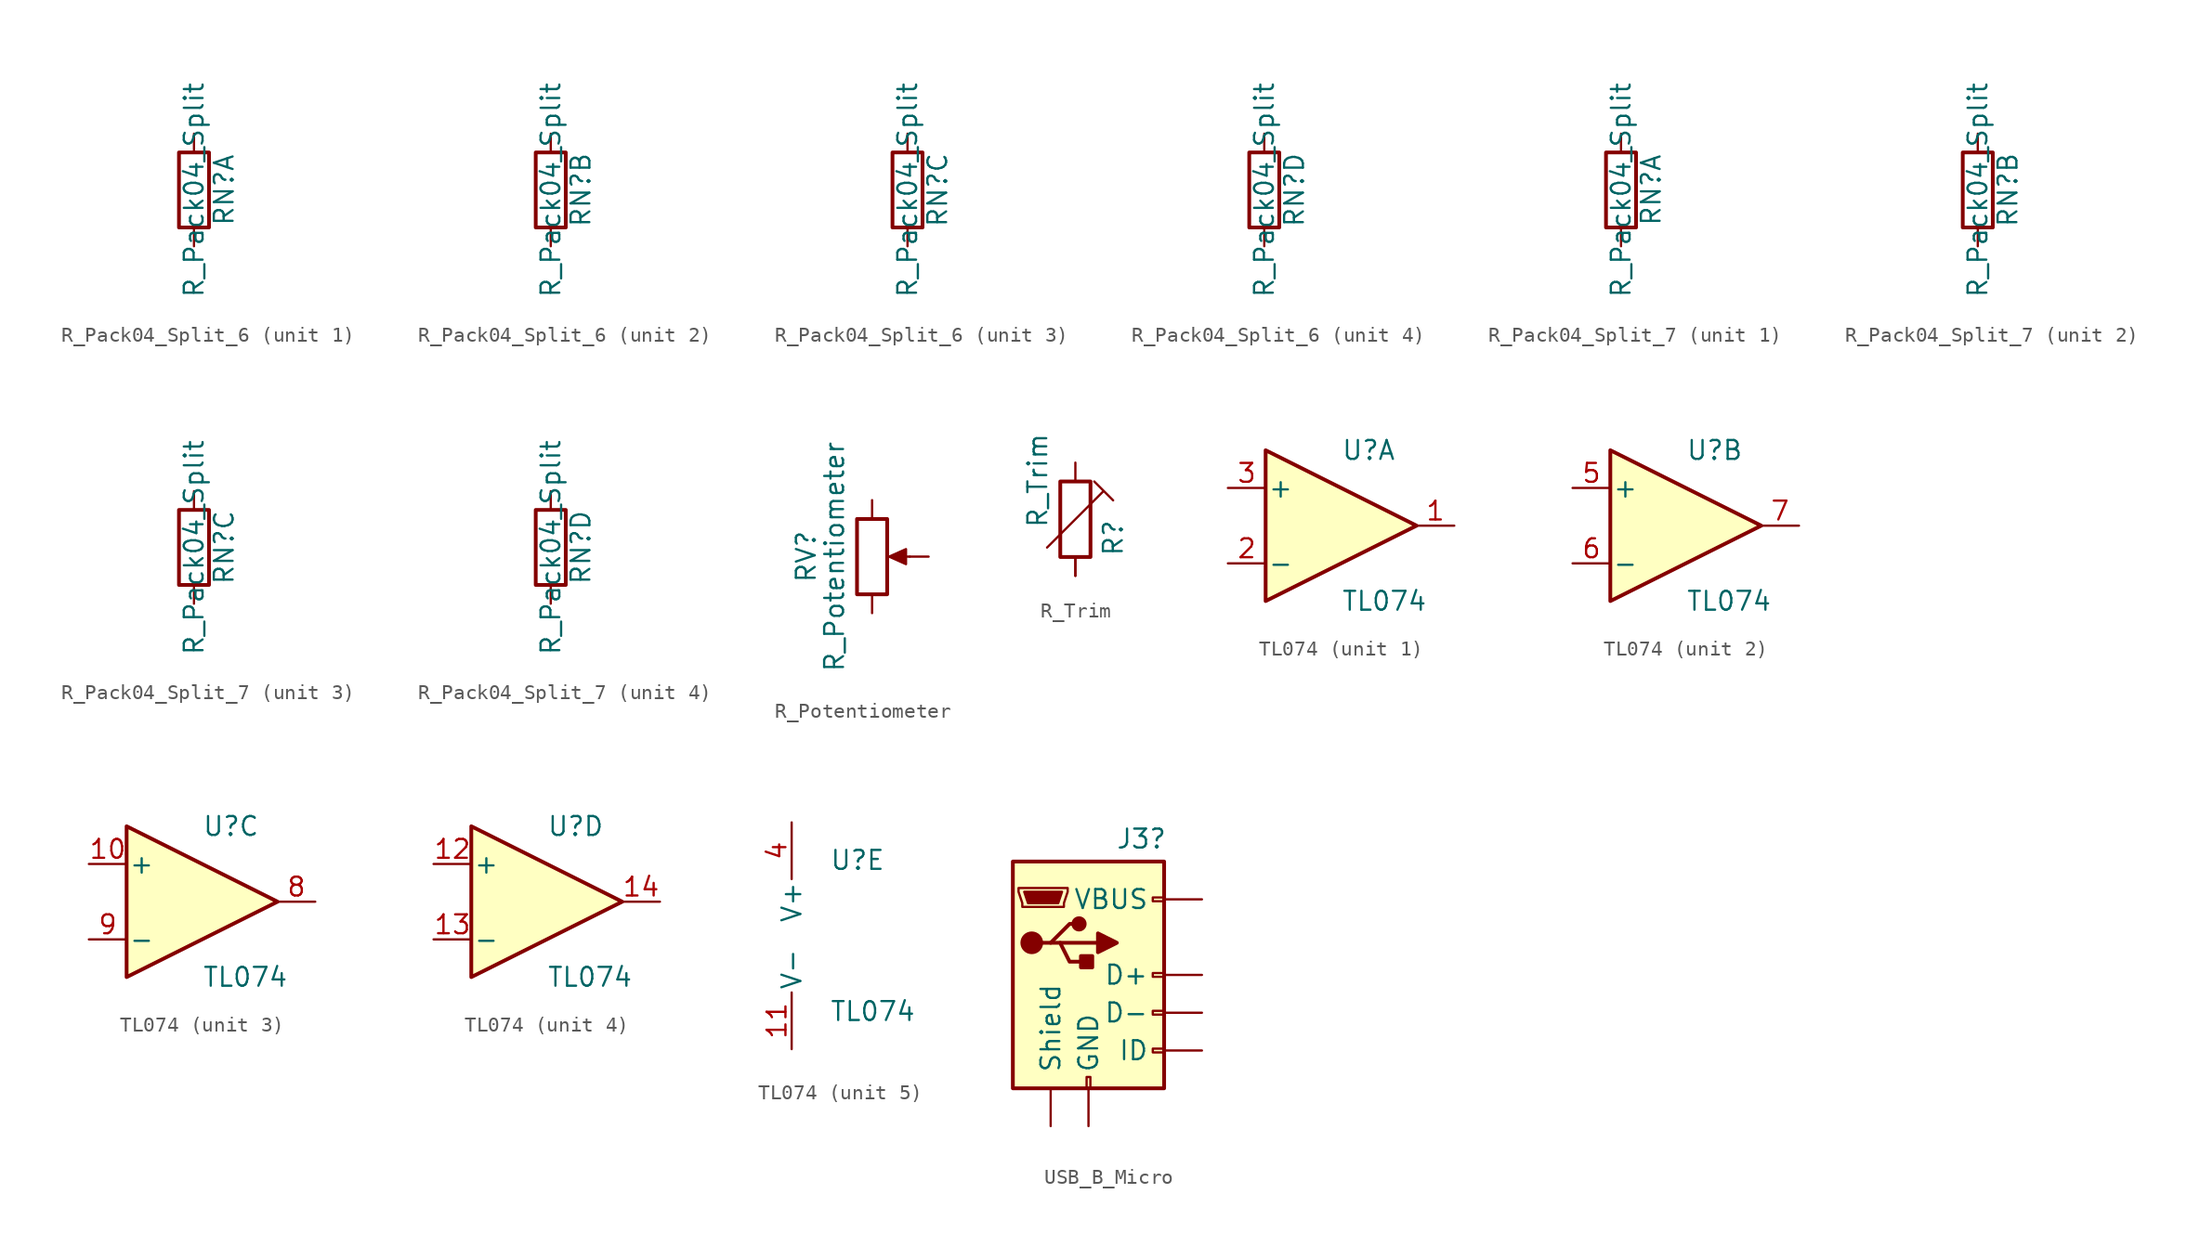
<source format=kicad_sym>
(kicad_symbol_lib
  (version 20241209)
  (generator "kicad_symbol_editor")
  (generator_version "9.0")
  (symbol "R_Pack04_Split_6"
    (pin_numbers
      (hide yes))
    (pin_names
      (offset 0)
      (hide yes))
    (property "Reference" "RN"
      (at 2.032 0 90)
      (effects (font (size 1.27 1.27))))
    (property "Value" "R_Pack04_Split"
      (at 0 0 90)
      (effects (font (size 1.27 1.27))))
    (symbol "R_Pack04_Split_6_0_1"
      (rectangle (start 1.016 2.54) (end -1.016 -2.54) (stroke (width 0.254) (type default)) (fill (type none))))
    (symbol "R_Pack04_Split_6_1_1"
      (pin passive line (at 0 3.81 270) (length 1.27) (name "R1.2" (effects (font (size 1.27 1.27)))) (number "8" (effects (font (size 1.27 1.27)))))
      (pin passive line (at 0 -3.81 90) (length 1.27) (name "R1.1" (effects (font (size 1.27 1.27)))) (number "1" (effects (font (size 1.27 1.27))))))
    (symbol "R_Pack04_Split_6_2_1"
      (pin passive line (at 0 3.81 270) (length 1.27) (name "R2.2" (effects (font (size 1.27 1.27)))) (number "7" (effects (font (size 1.27 1.27)))))
      (pin passive line (at 0 -3.81 90) (length 1.27) (name "R2.1" (effects (font (size 1.27 1.27)))) (number "2" (effects (font (size 1.27 1.27))))))
    (symbol "R_Pack04_Split_6_3_1"
      (pin passive line (at 0 3.81 270) (length 1.27) (name "R3.2" (effects (font (size 1.27 1.27)))) (number "6" (effects (font (size 1.27 1.27)))))
      (pin passive line (at 0 -3.81 90) (length 1.27) (name "R3.1" (effects (font (size 1.27 1.27)))) (number "3" (effects (font (size 1.27 1.27))))))
    (symbol "R_Pack04_Split_6_4_1"
      (pin passive line (at 0 3.81 270) (length 1.27) (name "R4.2" (effects (font (size 1.27 1.27)))) (number "5" (effects (font (size 1.27 1.27)))))
      (pin passive line (at 0 -3.81 90) (length 1.27) (name "R4.1" (effects (font (size 1.27 1.27)))) (number "4" (effects (font (size 1.27 1.27)))))))
  (symbol "R_Pack04_Split_7"
    (pin_numbers
      (hide yes))
    (pin_names
      (offset 0)
      (hide yes))
    (property "Reference" "RN"
      (at 2.032 0 90)
      (effects (font (size 1.27 1.27))))
    (property "Value" "R_Pack04_Split"
      (at 0 0 90)
      (effects (font (size 1.27 1.27))))
    (symbol "R_Pack04_Split_7_0_1"
      (rectangle (start 1.016 2.54) (end -1.016 -2.54) (stroke (width 0.254) (type default)) (fill (type none))))
    (symbol "R_Pack04_Split_7_1_1"
      (pin passive line (at 0 3.81 270) (length 1.27) (name "R1.2" (effects (font (size 1.27 1.27)))) (number "8" (effects (font (size 1.27 1.27)))))
      (pin passive line (at 0 -3.81 90) (length 1.27) (name "R1.1" (effects (font (size 1.27 1.27)))) (number "1" (effects (font (size 1.27 1.27))))))
    (symbol "R_Pack04_Split_7_2_1"
      (pin passive line (at 0 3.81 270) (length 1.27) (name "R2.2" (effects (font (size 1.27 1.27)))) (number "7" (effects (font (size 1.27 1.27)))))
      (pin passive line (at 0 -3.81 90) (length 1.27) (name "R2.1" (effects (font (size 1.27 1.27)))) (number "2" (effects (font (size 1.27 1.27))))))
    (symbol "R_Pack04_Split_7_3_1"
      (pin passive line (at 0 3.81 270) (length 1.27) (name "R3.2" (effects (font (size 1.27 1.27)))) (number "6" (effects (font (size 1.27 1.27)))))
      (pin passive line (at 0 -3.81 90) (length 1.27) (name "R3.1" (effects (font (size 1.27 1.27)))) (number "3" (effects (font (size 1.27 1.27))))))
    (symbol "R_Pack04_Split_7_4_1"
      (pin passive line (at 0 3.81 270) (length 1.27) (name "R4.2" (effects (font (size 1.27 1.27)))) (number "5" (effects (font (size 1.27 1.27)))))
      (pin passive line (at 0 -3.81 90) (length 1.27) (name "R4.1" (effects (font (size 1.27 1.27)))) (number "4" (effects (font (size 1.27 1.27)))))))
  (symbol "R_Potentiometer"
    (pin_numbers
      (hide yes))
    (pin_names
      (offset 1.016)
      (hide yes))
    (property "Reference" "RV"
      (at -4.445 0 90)
      (effects (font (size 1.27 1.27))))
    (property "Value" "R_Potentiometer"
      (at -2.54 0 90)
      (effects (font (size 1.27 1.27))))
    (symbol "R_Potentiometer_0_1"
      (rectangle (start 1.016 2.54) (end -1.016 -2.54) (stroke (width 0.254) (type default)) (fill (type none)))
      (polyline (pts (xy 1.143 0) (xy 2.286 0.508) (xy 2.286 -0.508) (xy 1.143 0)) (stroke (width 0) (type default)) (fill (type outline)))
      (polyline (pts (xy 2.54 0) (xy 1.524 0)) (stroke (width 0) (type default)) (fill (type none))))
    (symbol "R_Potentiometer_1_1"
      (pin passive line (at 0 3.81 270) (length 1.27) (name "1" (effects (font (size 1.27 1.27)))) (number "1" (effects (font (size 1.27 1.27)))))
      (pin passive line (at 0 -3.81 90) (length 1.27) (name "3" (effects (font (size 1.27 1.27)))) (number "3" (effects (font (size 1.27 1.27)))))
      (pin passive line (at 3.81 0 180) (length 1.27) (name "2" (effects (font (size 1.27 1.27)))) (number "2" (effects (font (size 1.27 1.27)))))))
  (symbol "R_Trim"
    (pin_numbers
      (hide yes))
    (pin_names
      (offset 0))
    (property "Reference" "R"
      (at 2.54 -2.54 90)
      (effects (font (size 1.27 1.27)) (justify left)))
    (property "Value" "R_Trim"
      (at -2.54 -0.635 90)
      (effects (font (size 1.27 1.27)) (justify left)))
    (symbol "R_Trim_0_1"
      (polyline (pts (xy -1.905 -1.905) (xy 1.905 1.905) (xy 2.54 1.27) (xy 1.27 2.54)) (stroke (width 0) (type default)) (fill (type none)))
      (rectangle (start -1.016 -2.54) (end 1.016 2.54) (stroke (width 0.254) (type default)) (fill (type none))))
    (symbol "R_Trim_1_1"
      (pin passive line (at 0 3.81 270) (length 1.27) (name "~" (effects (font (size 1.27 1.27)))) (number "1" (effects (font (size 1.27 1.27)))))
      (pin passive line (at 0 -3.81 90) (length 1.27) (name "~" (effects (font (size 1.27 1.27)))) (number "2" (effects (font (size 1.27 1.27)))))
      (pin passive line (at 0 -3.81 90) (length 1.27) (name "~" (effects (font (size 1.27 1.27)))) (number "3" (effects (font (size 1.27 1.27)))))))
  (symbol "TL074"
    (pin_names
      (offset 0.127))
    (property "Reference" "U"
      (at 0 5.08 0)
      (effects (font (size 1.27 1.27)) (justify left)))
    (property "Value" "TL074"
      (at 0 -5.08 0)
      (effects (font (size 1.27 1.27)) (justify left)))
    (property "ki_locked" ""
      (at 0 0 0)
      (effects (font (size 1.27 1.27))))
    (symbol "TL074_1_1"
      (polyline (pts (xy -5.08 5.08) (xy 5.08 0) (xy -5.08 -5.08) (xy -5.08 5.08)) (stroke (width 0.254) (type default)) (fill (type background)))
      (pin input line (at -7.62 2.54 0) (length 2.54) (name "+" (effects (font (size 1.27 1.27)))) (number "3" (effects (font (size 1.27 1.27)))))
      (pin input line (at -7.62 -2.54 0) (length 2.54) (name "-" (effects (font (size 1.27 1.27)))) (number "2" (effects (font (size 1.27 1.27)))))
      (pin output line (at 7.62 0 180) (length 2.54) (name "~" (effects (font (size 1.27 1.27)))) (number "1" (effects (font (size 1.27 1.27))))))
    (symbol "TL074_2_1"
      (polyline (pts (xy -5.08 5.08) (xy 5.08 0) (xy -5.08 -5.08) (xy -5.08 5.08)) (stroke (width 0.254) (type default)) (fill (type background)))
      (pin input line (at -7.62 2.54 0) (length 2.54) (name "+" (effects (font (size 1.27 1.27)))) (number "5" (effects (font (size 1.27 1.27)))))
      (pin input line (at -7.62 -2.54 0) (length 2.54) (name "-" (effects (font (size 1.27 1.27)))) (number "6" (effects (font (size 1.27 1.27)))))
      (pin output line (at 7.62 0 180) (length 2.54) (name "~" (effects (font (size 1.27 1.27)))) (number "7" (effects (font (size 1.27 1.27))))))
    (symbol "TL074_3_1"
      (polyline (pts (xy -5.08 5.08) (xy 5.08 0) (xy -5.08 -5.08) (xy -5.08 5.08)) (stroke (width 0.254) (type default)) (fill (type background)))
      (pin input line (at -7.62 2.54 0) (length 2.54) (name "+" (effects (font (size 1.27 1.27)))) (number "10" (effects (font (size 1.27 1.27)))))
      (pin input line (at -7.62 -2.54 0) (length 2.54) (name "-" (effects (font (size 1.27 1.27)))) (number "9" (effects (font (size 1.27 1.27)))))
      (pin output line (at 7.62 0 180) (length 2.54) (name "~" (effects (font (size 1.27 1.27)))) (number "8" (effects (font (size 1.27 1.27))))))
    (symbol "TL074_4_1"
      (polyline (pts (xy -5.08 5.08) (xy 5.08 0) (xy -5.08 -5.08) (xy -5.08 5.08)) (stroke (width 0.254) (type default)) (fill (type background)))
      (pin input line (at -7.62 2.54 0) (length 2.54) (name "+" (effects (font (size 1.27 1.27)))) (number "12" (effects (font (size 1.27 1.27)))))
      (pin input line (at -7.62 -2.54 0) (length 2.54) (name "-" (effects (font (size 1.27 1.27)))) (number "13" (effects (font (size 1.27 1.27)))))
      (pin output line (at 7.62 0 180) (length 2.54) (name "~" (effects (font (size 1.27 1.27)))) (number "14" (effects (font (size 1.27 1.27))))))
    (symbol "TL074_5_1"
      (pin power_in line (at -2.54 7.62 270) (length 3.81) (name "V+" (effects (font (size 1.27 1.27)))) (number "4" (effects (font (size 1.27 1.27)))))
      (pin power_in line (at -2.54 -7.62 90) (length 3.81) (name "V-" (effects (font (size 1.27 1.27)))) (number "11" (effects (font (size 1.27 1.27)))))))
  (symbol "USB_B_Micro"
    (pin_numbers
      (hide yes))
    (pin_names
      (offset 1.016))
    (property "Reference" "J3"
      (at 3.556 9.144 0)
      (effects (font (size 1.27 1.27))))
    (symbol "USB_B_Micro_0_1"
      (rectangle (start -5.08 -7.62) (end 5.08 7.62) (stroke (width 0.254) (type default)) (fill (type background)))
      (polyline (pts (xy -4.699 5.842) (xy -4.699 5.588) (xy -4.445 4.826) (xy -4.445 4.572) (xy -1.651 4.572) (xy -1.651 4.826) (xy -1.397 5.588) (xy -1.397 5.842) (xy -4.699 5.842)) (stroke (width 0) (type default)) (fill (type none)))
      (polyline (pts (xy -4.318 5.588) (xy -1.778 5.588) (xy -2.032 4.826) (xy -4.064 4.826) (xy -4.318 5.588)) (stroke (width 0) (type default)) (fill (type outline)))
      (circle (center -3.81 2.159) (radius 0.635) (stroke (width 0.254) (type default)) (fill (type outline)))
      (polyline (pts (xy -3.175 2.159) (xy -2.54 2.159) (xy -1.27 3.429) (xy -0.635 3.429)) (stroke (width 0.254) (type default)) (fill (type none)))
      (polyline (pts (xy -2.54 2.159) (xy -1.905 2.159) (xy -1.27 0.889) (xy 0 0.889)) (stroke (width 0.254) (type default)) (fill (type none)))
      (polyline (pts (xy -1.905 2.159) (xy 0.635 2.159)) (stroke (width 0.254) (type default)) (fill (type none)))
      (circle (center -0.635 3.429) (radius 0.381) (stroke (width 0.254) (type default)) (fill (type outline)))
      (rectangle (start -0.127 -7.62) (end 0.127 -6.858) (stroke (width 0) (type default)) (fill (type none)))
      (rectangle (start 0.254 1.27) (end -0.508 0.508) (stroke (width 0.254) (type default)) (fill (type outline)))
      (polyline (pts (xy 0.635 2.794) (xy 0.635 1.524) (xy 1.905 2.159) (xy 0.635 2.794)) (stroke (width 0.254) (type default)) (fill (type outline)))
      (rectangle (start 5.08 4.953) (end 4.318 5.207) (stroke (width 0) (type default)) (fill (type none)))
      (rectangle (start 5.08 -0.127) (end 4.318 0.127) (stroke (width 0) (type default)) (fill (type none)))
      (rectangle (start 5.08 -2.667) (end 4.318 -2.413) (stroke (width 0) (type default)) (fill (type none)))
      (rectangle (start 5.08 -5.207) (end 4.318 -4.953) (stroke (width 0) (type default)) (fill (type none))))
    (symbol "USB_B_Micro_1_1"
      (pin passive line (at -2.54 -10.16 90) (length 2.54) (name "Shield" (effects (font (size 1.27 1.27)))) (number "6" (effects (font (size 1.27 1.27)))))
      (pin passive line (at 0 -10.16 90) (length 2.54) (name "GND" (effects (font (size 1.27 1.27)))) (number "5" (effects (font (size 1.27 1.27)))))
      (pin power_out line (at 7.62 5.08 180) (length 2.54) (name "VBUS" (effects (font (size 1.27 1.27)))) (number "1" (effects (font (size 1.27 1.27)))))
      (pin bidirectional line (at 7.62 0 180) (length 2.54) (name "D+" (effects (font (size 1.27 1.27)))) (number "3" (effects (font (size 1.27 1.27)))))
      (pin bidirectional line (at 7.62 -2.54 180) (length 2.54) (name "D-" (effects (font (size 1.27 1.27)))) (number "2" (effects (font (size 1.27 1.27)))))
      (pin passive line (at 7.62 -5.08 180) (length 2.54) (name "ID" (effects (font (size 1.27 1.27)))) (number "4" (effects (font (size 1.27 1.27))))))))
</source>
